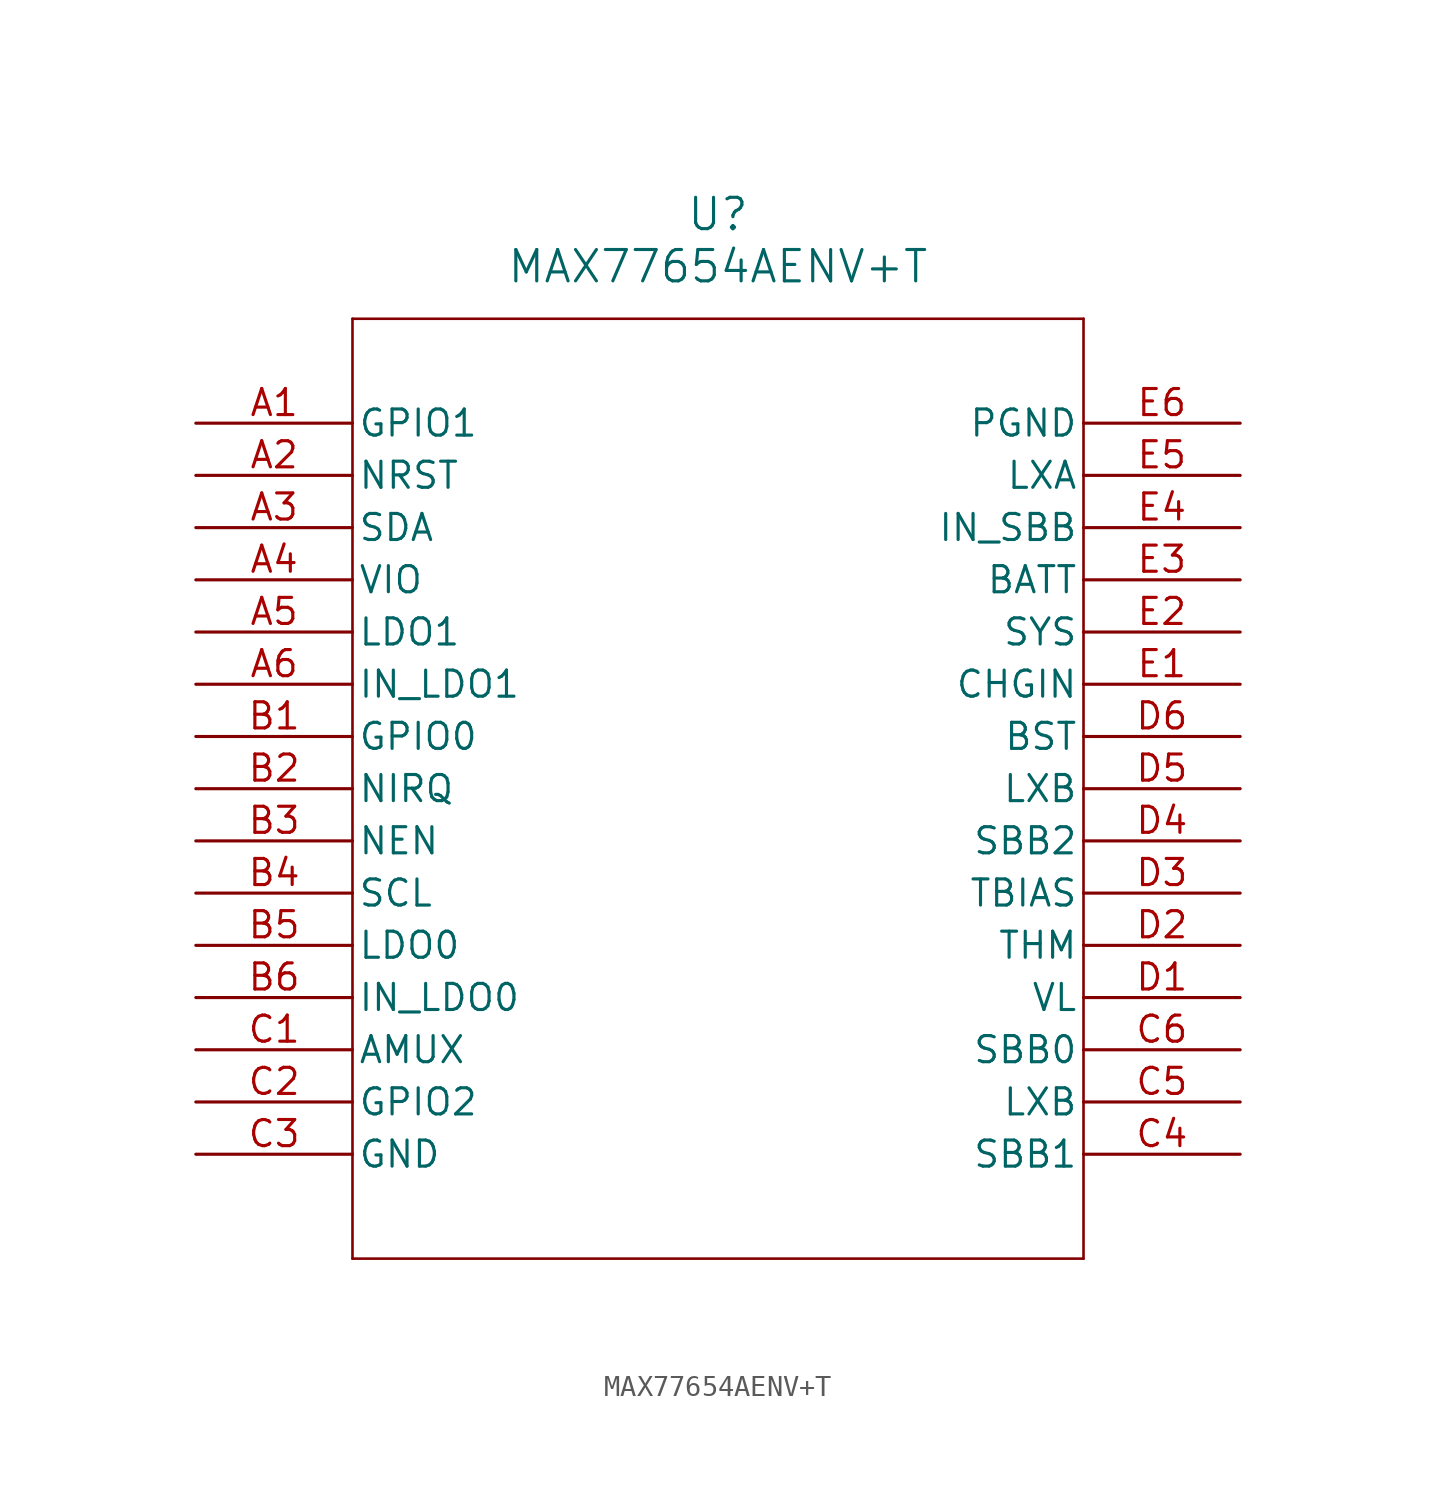
<source format=kicad_sym>
(kicad_symbol_lib
  (version 20211014)
  (generator kicad_symbol_editor)
  (symbol "MAX77654AENV+T"
    (pin_names
      (offset 0.254))
    (property "Reference" "U"
      (at 25.4 10.16 0)
      (effects (font (size 1.524 1.524))))
    (property "Value" "MAX77654AENV+T"
      (at 25.4 7.62 0)
      (effects (font (size 1.524 1.524))))
    (symbol "MAX77654AENV+T_0_1"
      (polyline (pts (xy 7.62 5.08) (xy 7.62 -40.64)) (stroke (width 0.127) (type default) (color 0 0 0 0)) (fill (type none)))
      (polyline (pts (xy 7.62 -40.64) (xy 43.18 -40.64)) (stroke (width 0.127) (type default) (color 0 0 0 0)) (fill (type none)))
      (polyline (pts (xy 43.18 -40.64) (xy 43.18 5.08)) (stroke (width 0.127) (type default) (color 0 0 0 0)) (fill (type none)))
      (polyline (pts (xy 43.18 5.08) (xy 7.62 5.08)) (stroke (width 0.127) (type default) (color 0 0 0 0)) (fill (type none)))
      (pin bidirectional line (at 0 0 0) (length 7.62) (name "GPIO1" (effects (font (size 1.27 1.27)))) (number "A1" (effects (font (size 1.27 1.27)))))
      (pin output line (at 0 -2.54 0) (length 7.62) (name "NRST" (effects (font (size 1.27 1.27)))) (number "A2" (effects (font (size 1.27 1.27)))))
      (pin bidirectional line (at 0 -5.08 0) (length 7.62) (name "SDA" (effects (font (size 1.27 1.27)))) (number "A3" (effects (font (size 1.27 1.27)))))
      (pin power_in line (at 0 -7.62 0) (length 7.62) (name "VIO" (effects (font (size 1.27 1.27)))) (number "A4" (effects (font (size 1.27 1.27)))))
      (pin output line (at 0 -10.16 0) (length 7.62) (name "LDO1" (effects (font (size 1.27 1.27)))) (number "A5" (effects (font (size 1.27 1.27)))))
      (pin input line (at 0 -12.7 0) (length 7.62) (name "IN_LDO1" (effects (font (size 1.27 1.27)))) (number "A6" (effects (font (size 1.27 1.27)))))
      (pin bidirectional line (at 0 -15.24 0) (length 7.62) (name "GPIO0" (effects (font (size 1.27 1.27)))) (number "B1" (effects (font (size 1.27 1.27)))))
      (pin output line (at 0 -17.78 0) (length 7.62) (name "NIRQ" (effects (font (size 1.27 1.27)))) (number "B2" (effects (font (size 1.27 1.27)))))
      (pin input line (at 0 -20.32 0) (length 7.62) (name "NEN" (effects (font (size 1.27 1.27)))) (number "B3" (effects (font (size 1.27 1.27)))))
      (pin input line (at 0 -22.86 0) (length 7.62) (name "SCL" (effects (font (size 1.27 1.27)))) (number "B4" (effects (font (size 1.27 1.27)))))
      (pin output line (at 0 -25.4 0) (length 7.62) (name "LDO0" (effects (font (size 1.27 1.27)))) (number "B5" (effects (font (size 1.27 1.27)))))
      (pin input line (at 0 -27.94 0) (length 7.62) (name "IN_LDO0" (effects (font (size 1.27 1.27)))) (number "B6" (effects (font (size 1.27 1.27)))))
      (pin output line (at 0 -30.48 0) (length 7.62) (name "AMUX" (effects (font (size 1.27 1.27)))) (number "C1" (effects (font (size 1.27 1.27)))))
      (pin bidirectional line (at 0 -33.02 0) (length 7.62) (name "GPIO2" (effects (font (size 1.27 1.27)))) (number "C2" (effects (font (size 1.27 1.27)))))
      (pin power_out line (at 0 -35.56 0) (length 7.62) (name "GND" (effects (font (size 1.27 1.27)))) (number "C3" (effects (font (size 1.27 1.27)))))
      (pin output line (at 50.8 -35.56 180) (length 7.62) (name "SBB1" (effects (font (size 1.27 1.27)))) (number "C4" (effects (font (size 1.27 1.27)))))
      (pin input line (at 50.8 -33.02 180) (length 7.62) (name "LXB" (effects (font (size 1.27 1.27)))) (number "C5" (effects (font (size 1.27 1.27)))))
      (pin output line (at 50.8 -30.48 180) (length 7.62) (name "SBB0" (effects (font (size 1.27 1.27)))) (number "C6" (effects (font (size 1.27 1.27)))))
      (pin power_in line (at 50.8 -27.94 180) (length 7.62) (name "VL" (effects (font (size 1.27 1.27)))) (number "D1" (effects (font (size 1.27 1.27)))))
      (pin input line (at 50.8 -25.4 180) (length 7.62) (name "THM" (effects (font (size 1.27 1.27)))) (number "D2" (effects (font (size 1.27 1.27)))))
      (pin unspecified line (at 50.8 -22.86 180) (length 7.62) (name "TBIAS" (effects (font (size 1.27 1.27)))) (number "D3" (effects (font (size 1.27 1.27)))))
      (pin output line (at 50.8 -20.32 180) (length 7.62) (name "SBB2" (effects (font (size 1.27 1.27)))) (number "D4" (effects (font (size 1.27 1.27)))))
      (pin input line (at 50.8 -17.78 180) (length 7.62) (name "LXB" (effects (font (size 1.27 1.27)))) (number "D5" (effects (font (size 1.27 1.27)))))
      (pin input line (at 50.8 -15.24 180) (length 7.62) (name "BST" (effects (font (size 1.27 1.27)))) (number "D6" (effects (font (size 1.27 1.27)))))
      (pin input line (at 50.8 -12.7 180) (length 7.62) (name "CHGIN" (effects (font (size 1.27 1.27)))) (number "E1" (effects (font (size 1.27 1.27)))))
      (pin output line (at 50.8 -10.16 180) (length 7.62) (name "SYS" (effects (font (size 1.27 1.27)))) (number "E2" (effects (font (size 1.27 1.27)))))
      (pin bidirectional line (at 50.8 -7.62 180) (length 7.62) (name "BATT" (effects (font (size 1.27 1.27)))) (number "E3" (effects (font (size 1.27 1.27)))))
      (pin input line (at 50.8 -5.08 180) (length 7.62) (name "IN_SBB" (effects (font (size 1.27 1.27)))) (number "E4" (effects (font (size 1.27 1.27)))))
      (pin bidirectional line (at 50.8 -2.54 180) (length 7.62) (name "LXA" (effects (font (size 1.27 1.27)))) (number "E5" (effects (font (size 1.27 1.27)))))
      (pin power_out line (at 50.8 0 180) (length 7.62) (name "PGND" (effects (font (size 1.27 1.27)))) (number "E6" (effects (font (size 1.27 1.27))))))))
</source>
